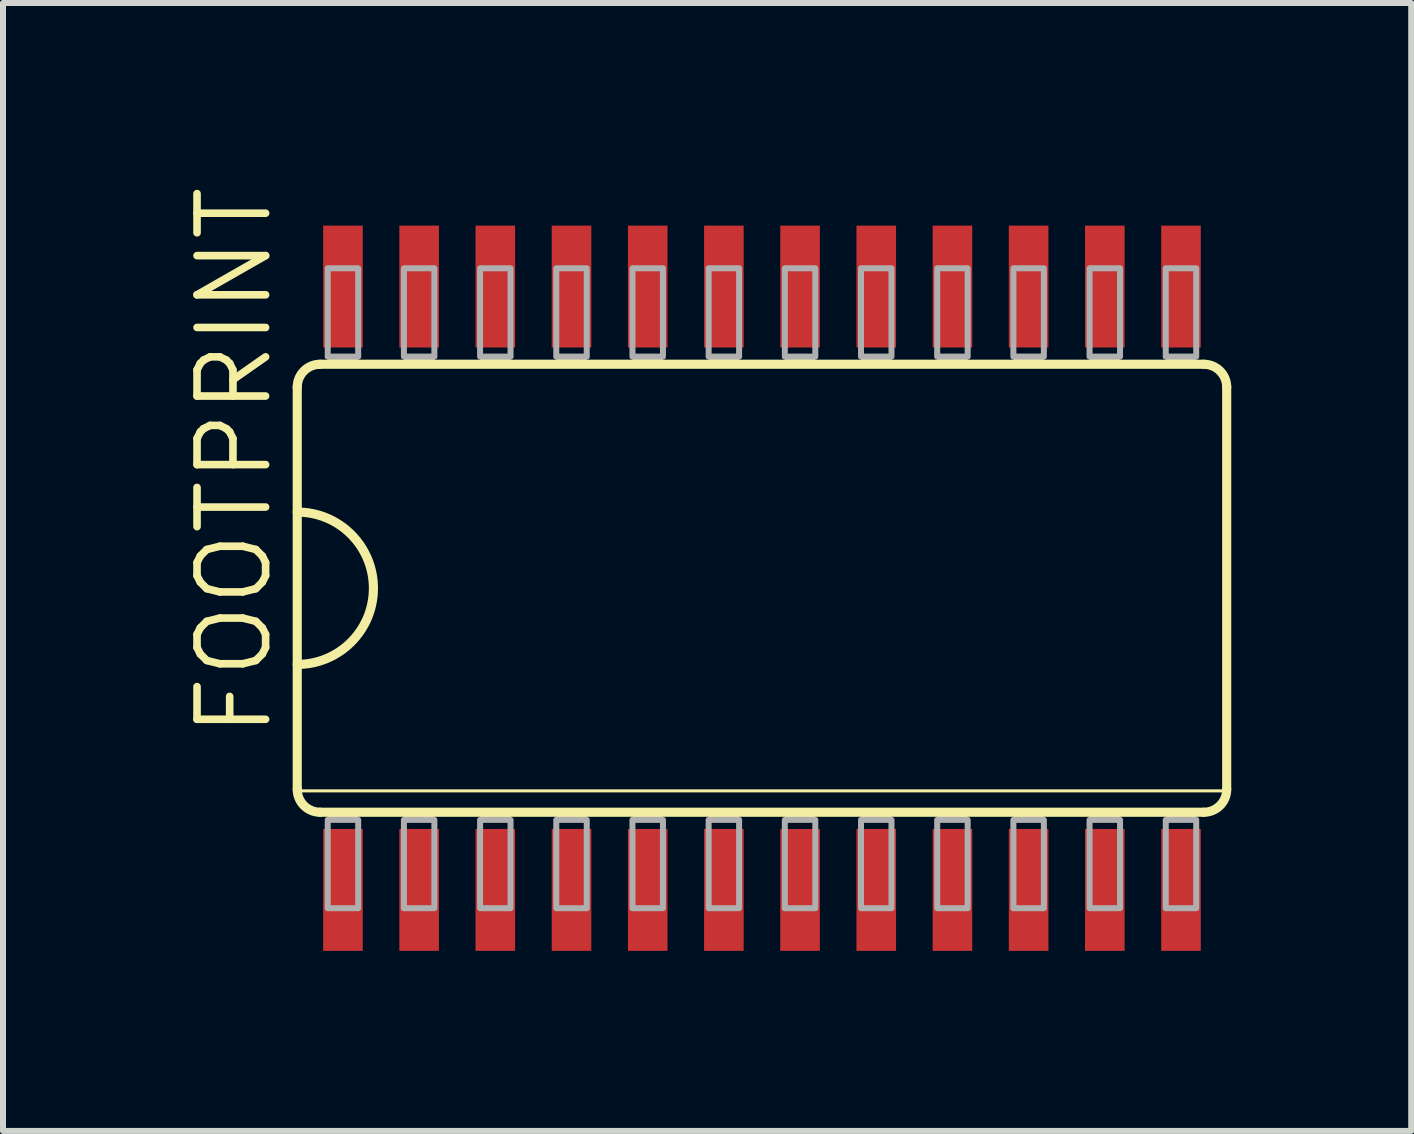
<source format=kicad_pcb>
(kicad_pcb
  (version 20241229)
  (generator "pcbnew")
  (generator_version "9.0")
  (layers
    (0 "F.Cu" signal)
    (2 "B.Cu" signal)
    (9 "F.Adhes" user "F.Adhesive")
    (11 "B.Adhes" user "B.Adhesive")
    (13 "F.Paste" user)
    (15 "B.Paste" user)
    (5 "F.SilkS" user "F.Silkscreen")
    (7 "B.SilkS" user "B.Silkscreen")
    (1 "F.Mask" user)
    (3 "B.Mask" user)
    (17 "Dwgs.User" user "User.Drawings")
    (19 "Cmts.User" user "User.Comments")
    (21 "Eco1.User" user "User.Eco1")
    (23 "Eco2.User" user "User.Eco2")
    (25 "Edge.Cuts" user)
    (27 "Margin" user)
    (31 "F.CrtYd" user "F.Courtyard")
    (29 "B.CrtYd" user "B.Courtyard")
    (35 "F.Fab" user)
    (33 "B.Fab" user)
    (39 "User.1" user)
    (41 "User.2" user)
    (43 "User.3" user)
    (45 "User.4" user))
  (footprint "FOOTPRINT"
    (layer "F.Cu")
    (at 9.652 6.756)
    (property "Reference" "FOOTPRINT" (at -8.128 2.54 90) (layer "F.SilkS") (effects (font (size 1.143 1.143) (thickness 0.127)) (justify left bottom)))
    (fp_line (start -7.747 -3.353) (end -7.747 3.353) (stroke (width 0.152) (type solid)) (layer "F.SilkS"))
    (fp_line (start -7.747 3.378) (end 7.747 3.378) (stroke (width 0.051) (type solid)) (layer "F.SilkS"))
    (fp_line (start -7.366 3.734) (end 7.366 3.734) (stroke (width 0.152) (type solid)) (layer "F.SilkS"))
    (fp_line (start 7.366 -3.734) (end -7.366 -3.734) (stroke (width 0.152) (type solid)) (layer "F.SilkS"))
    (fp_line (start 7.747 3.353) (end 7.747 -3.353) (stroke (width 0.152) (type solid)) (layer "F.SilkS"))
    (fp_arc (start -7.747 -3.3528) (mid -7.635408 -3.622208) (end -7.366 -3.7338) (stroke (width 0.1524) (type solid)) (layer "F.SilkS"))
    (fp_arc (start -7.747 -1.27) (mid -6.477 0) (end -7.747 1.27) (stroke (width 0.1524) (type solid)) (layer "F.SilkS"))
    (fp_arc (start -7.366 3.7338) (mid -7.635408 3.622208) (end -7.747 3.3528) (stroke (width 0.1524) (type solid)) (layer "F.SilkS"))
    (fp_arc (start 7.366 -3.7338) (mid 7.635408 -3.622208) (end 7.747 -3.3528) (stroke (width 0.1524) (type solid)) (layer "F.SilkS"))
    (fp_arc (start 7.747 3.3528) (mid 7.635408 3.622208) (end 7.366 3.7338) (stroke (width 0.1524) (type solid)) (layer "F.SilkS"))
    (fp_poly (pts (xy -7.239 -3.734) (xy -6.731 -3.734) (xy -6.731 -3.861) (xy -7.239 -3.861)) (stroke (width 0) (type solid)) (fill yes) (layer "F.SilkS"))
    (fp_poly (pts (xy -7.239 3.861) (xy -6.731 3.861) (xy -6.731 3.734) (xy -7.239 3.734)) (stroke (width 0) (type solid)) (fill yes) (layer "F.SilkS"))
    (fp_poly (pts (xy -5.969 -3.734) (xy -5.461 -3.734) (xy -5.461 -3.861) (xy -5.969 -3.861)) (stroke (width 0) (type solid)) (fill yes) (layer "F.SilkS"))
    (fp_poly (pts (xy -5.969 3.861) (xy -5.461 3.861) (xy -5.461 3.734) (xy -5.969 3.734)) (stroke (width 0) (type solid)) (fill yes) (layer "F.SilkS"))
    (fp_poly (pts (xy -4.699 -3.734) (xy -4.191 -3.734) (xy -4.191 -3.861) (xy -4.699 -3.861)) (stroke (width 0) (type solid)) (fill yes) (layer "F.SilkS"))
    (fp_poly (pts (xy -4.699 3.861) (xy -4.191 3.861) (xy -4.191 3.734) (xy -4.699 3.734)) (stroke (width 0) (type solid)) (fill yes) (layer "F.SilkS"))
    (fp_poly (pts (xy -3.429 -3.734) (xy -2.921 -3.734) (xy -2.921 -3.861) (xy -3.429 -3.861)) (stroke (width 0) (type solid)) (fill yes) (layer "F.SilkS"))
    (fp_poly (pts (xy -3.429 3.861) (xy -2.921 3.861) (xy -2.921 3.734) (xy -3.429 3.734)) (stroke (width 0) (type solid)) (fill yes) (layer "F.SilkS"))
    (fp_poly (pts (xy -2.159 -3.734) (xy -1.651 -3.734) (xy -1.651 -3.861) (xy -2.159 -3.861)) (stroke (width 0) (type solid)) (fill yes) (layer "F.SilkS"))
    (fp_poly (pts (xy -2.159 3.861) (xy -1.651 3.861) (xy -1.651 3.734) (xy -2.159 3.734)) (stroke (width 0) (type solid)) (fill yes) (layer "F.SilkS"))
    (fp_poly (pts (xy -0.889 -3.734) (xy -0.381 -3.734) (xy -0.381 -3.861) (xy -0.889 -3.861)) (stroke (width 0) (type solid)) (fill yes) (layer "F.SilkS"))
    (fp_poly (pts (xy -0.889 3.861) (xy -0.381 3.861) (xy -0.381 3.734) (xy -0.889 3.734)) (stroke (width 0) (type solid)) (fill yes) (layer "F.SilkS"))
    (fp_poly (pts (xy 0.381 -3.734) (xy 0.889 -3.734) (xy 0.889 -3.861) (xy 0.381 -3.861)) (stroke (width 0) (type solid)) (fill yes) (layer "F.SilkS"))
    (fp_poly (pts (xy 0.381 3.861) (xy 0.889 3.861) (xy 0.889 3.734) (xy 0.381 3.734)) (stroke (width 0) (type solid)) (fill yes) (layer "F.SilkS"))
    (fp_poly (pts (xy 1.651 -3.734) (xy 2.159 -3.734) (xy 2.159 -3.861) (xy 1.651 -3.861)) (stroke (width 0) (type solid)) (fill yes) (layer "F.SilkS"))
    (fp_poly (pts (xy 1.651 3.861) (xy 2.159 3.861) (xy 2.159 3.734) (xy 1.651 3.734)) (stroke (width 0) (type solid)) (fill yes) (layer "F.SilkS"))
    (fp_poly (pts (xy 2.921 -3.734) (xy 3.429 -3.734) (xy 3.429 -3.861) (xy 2.921 -3.861)) (stroke (width 0) (type solid)) (fill yes) (layer "F.SilkS"))
    (fp_poly (pts (xy 2.921 3.861) (xy 3.429 3.861) (xy 3.429 3.734) (xy 2.921 3.734)) (stroke (width 0) (type solid)) (fill yes) (layer "F.SilkS"))
    (fp_poly (pts (xy 4.191 -3.734) (xy 4.699 -3.734) (xy 4.699 -3.861) (xy 4.191 -3.861)) (stroke (width 0) (type solid)) (fill yes) (layer "F.SilkS"))
    (fp_poly (pts (xy 4.191 3.861) (xy 4.699 3.861) (xy 4.699 3.734) (xy 4.191 3.734)) (stroke (width 0) (type solid)) (fill yes) (layer "F.SilkS"))
    (fp_poly (pts (xy 5.461 -3.734) (xy 5.969 -3.734) (xy 5.969 -3.861) (xy 5.461 -3.861)) (stroke (width 0) (type solid)) (fill yes) (layer "F.SilkS"))
    (fp_poly (pts (xy 5.461 3.861) (xy 5.969 3.861) (xy 5.969 3.734) (xy 5.461 3.734)) (stroke (width 0) (type solid)) (fill yes) (layer "F.SilkS"))
    (fp_poly (pts (xy 6.731 -3.734) (xy 7.239 -3.734) (xy 7.239 -3.861) (xy 6.731 -3.861)) (stroke (width 0) (type solid)) (fill yes) (layer "F.SilkS"))
    (fp_poly (pts (xy 6.731 3.861) (xy 7.239 3.861) (xy 7.239 3.734) (xy 6.731 3.734)) (stroke (width 0) (type solid)) (fill yes) (layer "F.SilkS"))
    (fp_poly (pts (xy -7.239 -3.861) (xy -6.731 -3.861) (xy -6.731 -5.334) (xy -7.239 -5.334)) (stroke (width 0.1) (type solid)) (fill no) (layer "F.Fab"))
    (fp_poly (pts (xy -7.239 5.334) (xy -6.731 5.334) (xy -6.731 3.861) (xy -7.239 3.861)) (stroke (width 0.1) (type solid)) (fill no) (layer "F.Fab"))
    (fp_poly (pts (xy -5.969 -3.861) (xy -5.461 -3.861) (xy -5.461 -5.334) (xy -5.969 -5.334)) (stroke (width 0.1) (type solid)) (fill no) (layer "F.Fab"))
    (fp_poly (pts (xy -5.969 5.334) (xy -5.461 5.334) (xy -5.461 3.861) (xy -5.969 3.861)) (stroke (width 0.1) (type solid)) (fill no) (layer "F.Fab"))
    (fp_poly (pts (xy -4.699 -3.861) (xy -4.191 -3.861) (xy -4.191 -5.334) (xy -4.699 -5.334)) (stroke (width 0.1) (type solid)) (fill no) (layer "F.Fab"))
    (fp_poly (pts (xy -4.699 5.334) (xy -4.191 5.334) (xy -4.191 3.861) (xy -4.699 3.861)) (stroke (width 0.1) (type solid)) (fill no) (layer "F.Fab"))
    (fp_poly (pts (xy -3.429 -3.861) (xy -2.921 -3.861) (xy -2.921 -5.334) (xy -3.429 -5.334)) (stroke (width 0.1) (type solid)) (fill no) (layer "F.Fab"))
    (fp_poly (pts (xy -3.429 5.334) (xy -2.921 5.334) (xy -2.921 3.861) (xy -3.429 3.861)) (stroke (width 0.1) (type solid)) (fill no) (layer "F.Fab"))
    (fp_poly (pts (xy -2.159 -3.861) (xy -1.651 -3.861) (xy -1.651 -5.334) (xy -2.159 -5.334)) (stroke (width 0.1) (type solid)) (fill no) (layer "F.Fab"))
    (fp_poly (pts (xy -2.159 5.334) (xy -1.651 5.334) (xy -1.651 3.861) (xy -2.159 3.861)) (stroke (width 0.1) (type solid)) (fill no) (layer "F.Fab"))
    (fp_poly (pts (xy -0.889 -3.861) (xy -0.381 -3.861) (xy -0.381 -5.334) (xy -0.889 -5.334)) (stroke (width 0.1) (type solid)) (fill no) (layer "F.Fab"))
    (fp_poly (pts (xy -0.889 5.334) (xy -0.381 5.334) (xy -0.381 3.861) (xy -0.889 3.861)) (stroke (width 0.1) (type solid)) (fill no) (layer "F.Fab"))
    (fp_poly (pts (xy 0.381 -3.861) (xy 0.889 -3.861) (xy 0.889 -5.334) (xy 0.381 -5.334)) (stroke (width 0.1) (type solid)) (fill no) (layer "F.Fab"))
    (fp_poly (pts (xy 0.381 5.334) (xy 0.889 5.334) (xy 0.889 3.861) (xy 0.381 3.861)) (stroke (width 0.1) (type solid)) (fill no) (layer "F.Fab"))
    (fp_poly (pts (xy 1.651 -3.861) (xy 2.159 -3.861) (xy 2.159 -5.334) (xy 1.651 -5.334)) (stroke (width 0.1) (type solid)) (fill no) (layer "F.Fab"))
    (fp_poly (pts (xy 1.651 5.334) (xy 2.159 5.334) (xy 2.159 3.861) (xy 1.651 3.861)) (stroke (width 0.1) (type solid)) (fill no) (layer "F.Fab"))
    (fp_poly (pts (xy 2.921 -3.861) (xy 3.429 -3.861) (xy 3.429 -5.334) (xy 2.921 -5.334)) (stroke (width 0.1) (type solid)) (fill no) (layer "F.Fab"))
    (fp_poly (pts (xy 2.921 5.334) (xy 3.429 5.334) (xy 3.429 3.861) (xy 2.921 3.861)) (stroke (width 0.1) (type solid)) (fill no) (layer "F.Fab"))
    (fp_poly (pts (xy 4.191 -3.861) (xy 4.699 -3.861) (xy 4.699 -5.334) (xy 4.191 -5.334)) (stroke (width 0.1) (type solid)) (fill no) (layer "F.Fab"))
    (fp_poly (pts (xy 4.191 5.334) (xy 4.699 5.334) (xy 4.699 3.861) (xy 4.191 3.861)) (stroke (width 0.1) (type solid)) (fill no) (layer "F.Fab"))
    (fp_poly (pts (xy 5.461 -3.861) (xy 5.969 -3.861) (xy 5.969 -5.334) (xy 5.461 -5.334)) (stroke (width 0.1) (type solid)) (fill no) (layer "F.Fab"))
    (fp_poly (pts (xy 5.461 5.334) (xy 5.969 5.334) (xy 5.969 3.861) (xy 5.461 3.861)) (stroke (width 0.1) (type solid)) (fill no) (layer "F.Fab"))
    (fp_poly (pts (xy 6.731 -3.861) (xy 7.239 -3.861) (xy 7.239 -5.334) (xy 6.731 -5.334)) (stroke (width 0.1) (type solid)) (fill no) (layer "F.Fab"))
    (fp_poly (pts (xy 6.731 5.334) (xy 7.239 5.334) (xy 7.239 3.861) (xy 6.731 3.861)) (stroke (width 0.1) (type solid)) (fill no) (layer "F.Fab"))
    (pad "1" smd rect (at -6.985 5.029) (size 0.66 2.032) (layers "F.Cu" "F.Mask" "F.Paste"))
    (pad "2" smd rect (at -5.715 5.029) (size 0.66 2.032) (layers "F.Cu" "F.Mask" "F.Paste"))
    (pad "3" smd rect (at -4.445 5.029) (size 0.66 2.032) (layers "F.Cu" "F.Mask" "F.Paste"))
    (pad "4" smd rect (at -3.175 5.029) (size 0.66 2.032) (layers "F.Cu" "F.Mask" "F.Paste"))
    (pad "5" smd rect (at -1.905 5.029) (size 0.66 2.032) (layers "F.Cu" "F.Mask" "F.Paste"))
    (pad "6" smd rect (at -0.635 5.029) (size 0.66 2.032) (layers "F.Cu" "F.Mask" "F.Paste"))
    (pad "7" smd rect (at 0.635 5.029) (size 0.66 2.032) (layers "F.Cu" "F.Mask" "F.Paste"))
    (pad "8" smd rect (at 1.905 5.029) (size 0.66 2.032) (layers "F.Cu" "F.Mask" "F.Paste"))
    (pad "9" smd rect (at 3.175 5.029) (size 0.66 2.032) (layers "F.Cu" "F.Mask" "F.Paste"))
    (pad "10" smd rect (at 4.445 5.029) (size 0.66 2.032) (layers "F.Cu" "F.Mask" "F.Paste"))
    (pad "11" smd rect (at 5.715 5.029) (size 0.66 2.032) (layers "F.Cu" "F.Mask" "F.Paste"))
    (pad "12" smd rect (at 6.985 5.029) (size 0.66 2.032) (layers "F.Cu" "F.Mask" "F.Paste"))
    (pad "13" smd rect (at 6.985 -5.029) (size 0.66 2.032) (layers "F.Cu" "F.Mask" "F.Paste"))
    (pad "14" smd rect (at 5.715 -5.029) (size 0.66 2.032) (layers "F.Cu" "F.Mask" "F.Paste"))
    (pad "15" smd rect (at 4.445 -5.029) (size 0.66 2.032) (layers "F.Cu" "F.Mask" "F.Paste"))
    (pad "16" smd rect (at 3.175 -5.029) (size 0.66 2.032) (layers "F.Cu" "F.Mask" "F.Paste"))
    (pad "17" smd rect (at 1.905 -5.029) (size 0.66 2.032) (layers "F.Cu" "F.Mask" "F.Paste"))
    (pad "18" smd rect (at 0.635 -5.029) (size 0.66 2.032) (layers "F.Cu" "F.Mask" "F.Paste"))
    (pad "19" smd rect (at -0.635 -5.029) (size 0.66 2.032) (layers "F.Cu" "F.Mask" "F.Paste"))
    (pad "20" smd rect (at -1.905 -5.029) (size 0.66 2.032) (layers "F.Cu" "F.Mask" "F.Paste"))
    (pad "21" smd rect (at -3.175 -5.029) (size 0.66 2.032) (layers "F.Cu" "F.Mask" "F.Paste"))
    (pad "22" smd rect (at -4.445 -5.029) (size 0.66 2.032) (layers "F.Cu" "F.Mask" "F.Paste"))
    (pad "23" smd rect (at -5.715 -5.029) (size 0.66 2.032) (layers "F.Cu" "F.Mask" "F.Paste"))
    (pad "24" smd rect (at -6.985 -5.029) (size 0.66 2.032) (layers "F.Cu" "F.Mask" "F.Paste")))
  (gr_rect
    (start -3 -3)
    (end 20.475 15.802)
    (stroke (width 0.1) (type default))
    (fill no)
    (layer "Edge.Cuts")))
</source>
